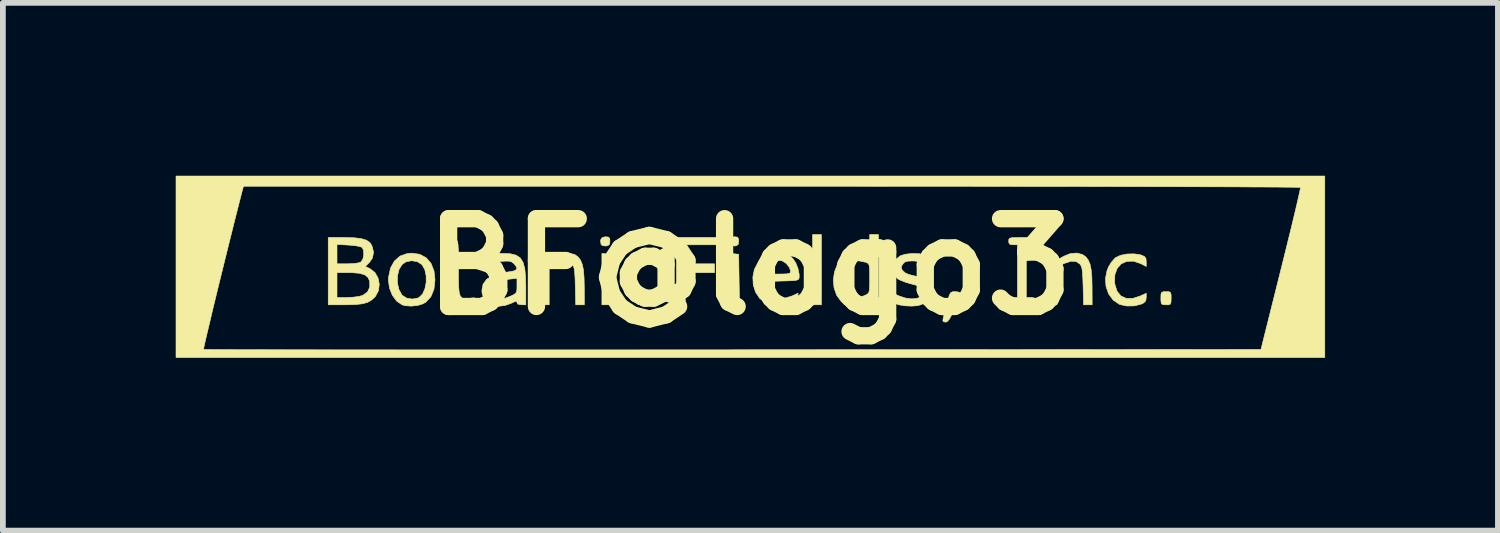
<source format=kicad_pcb>
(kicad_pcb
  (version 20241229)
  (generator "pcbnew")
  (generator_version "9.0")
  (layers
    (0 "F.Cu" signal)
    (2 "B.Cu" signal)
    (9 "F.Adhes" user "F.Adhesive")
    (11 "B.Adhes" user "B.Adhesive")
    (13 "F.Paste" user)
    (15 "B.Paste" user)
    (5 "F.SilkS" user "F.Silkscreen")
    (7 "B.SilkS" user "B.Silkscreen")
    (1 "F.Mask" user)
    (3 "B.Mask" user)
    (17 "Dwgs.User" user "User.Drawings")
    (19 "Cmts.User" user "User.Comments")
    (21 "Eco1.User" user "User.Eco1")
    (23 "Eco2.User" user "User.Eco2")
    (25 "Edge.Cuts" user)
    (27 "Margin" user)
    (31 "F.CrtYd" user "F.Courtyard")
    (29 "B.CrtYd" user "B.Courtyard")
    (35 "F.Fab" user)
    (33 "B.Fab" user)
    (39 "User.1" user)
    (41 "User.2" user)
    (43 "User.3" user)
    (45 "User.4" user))
  (footprint "BF@logo3"
    (layer "F.Cu")
    (at 9.962 1.58)
    (property "Reference" "BF@logo3" (at 0 0 0) (layer "F.SilkS") (effects (font (size 1.524 1.524) (thickness 0.3))))
    (attr through_hole)
    (fp_poly (pts (xy 1.245 0.66) (xy 1.092 0.66) (xy 1.092 -0.559) (xy 1.245 -0.559) (xy 1.245 0.66)) (stroke (width 0.01) (type solid)) (fill yes) (layer "F.SilkS"))
    (fp_poly (pts (xy -2.496 -0.224) (xy -2.426 -0.216) (xy -2.419 0.222) (xy -2.412 0.66) (xy -2.565 0.66) (xy -2.565 -0.232) (xy -2.496 -0.224)) (stroke (width 0.01) (type solid)) (fill yes) (layer "F.SilkS"))
    (fp_poly (pts (xy -0.26 -0.224) (xy -0.191 -0.216) (xy -0.184 0.222) (xy -0.177 0.66) (xy -0.33 0.66) (xy -0.33 -0.232) (xy -0.26 -0.224)) (stroke (width 0.01) (type solid)) (fill yes) (layer "F.SilkS"))
    (fp_poly (pts (xy -0.508 -0.381) (xy -1.118 -0.381) (xy -1.118 -0.051) (xy -0.61 -0.051) (xy -0.61 0.102) (xy -1.118 0.102) (xy -1.118 0.66) (xy -1.27 0.66) (xy -1.27 -0.508) (xy -0.508 -0.508) (xy -0.508 -0.381)) (stroke (width 0.01) (type solid)) (fill yes) (layer "F.SilkS"))
    (fp_poly (pts (xy -2.448 -0.514) (xy -2.428 -0.485) (xy -2.426 -0.445) (xy -2.433 -0.389) (xy -2.466 -0.365) (xy -2.496 -0.36) (xy -2.558 -0.367) (xy -2.58 -0.391) (xy -2.59 -0.462) (xy -2.559 -0.507) (xy -2.502 -0.521) (xy -2.448 -0.514)) (stroke (width 0.01) (type solid)) (fill yes) (layer "F.SilkS"))
    (fp_poly (pts (xy -0.213 -0.514) (xy -0.193 -0.485) (xy -0.191 -0.445) (xy -0.198 -0.389) (xy -0.231 -0.365) (xy -0.26 -0.36) (xy -0.323 -0.367) (xy -0.345 -0.391) (xy -0.355 -0.462) (xy -0.324 -0.507) (xy -0.266 -0.521) (xy -0.213 -0.514)) (stroke (width 0.01) (type solid)) (fill yes) (layer "F.SilkS"))
    (fp_poly (pts (xy 7.281 0.434) (xy 7.307 0.451) (xy 7.315 0.495) (xy 7.315 0.546) (xy 7.313 0.616) (xy 7.3 0.65) (xy 7.266 0.66) (xy 7.226 0.66) (xy 7.172 0.658) (xy 7.146 0.641) (xy 7.138 0.597) (xy 7.137 0.546) (xy 7.139 0.476) (xy 7.152 0.443) (xy 7.187 0.433) (xy 7.226 0.432) (xy 7.281 0.434)) (stroke (width 0.01) (type solid)) (fill yes) (layer "F.SilkS"))
    (fp_poly (pts (xy 3.633 0.44) (xy 3.657 0.463) (xy 3.657 0.464) (xy 3.647 0.499) (xy 3.621 0.57) (xy 3.583 0.663) (xy 3.557 0.724) (xy 3.505 0.838) (xy 3.464 0.912) (xy 3.43 0.95) (xy 3.406 0.961) (xy 3.363 0.954) (xy 3.353 0.935) (xy 3.357 0.9) (xy 3.371 0.838) (xy 3.395 0.743) (xy 3.432 0.608) (xy 3.444 0.565) (xy 3.467 0.488) (xy 3.49 0.449) (xy 3.523 0.434) (xy 3.569 0.432) (xy 3.633 0.44)) (stroke (width 0.01) (type solid)) (fill yes) (layer "F.SilkS"))
    (fp_poly (pts (xy -3.036 -0.212) (xy -2.981 -0.173) (xy -2.938 -0.118) (xy -2.907 -0.046) (xy -2.886 0.051) (xy -2.875 0.182) (xy -2.871 0.353) (xy -2.871 0.375) (xy -2.87 0.66) (xy -3.019 0.66) (xy -3.027 0.333) (xy -3.031 0.193) (xy -3.038 0.095) (xy -3.047 0.029) (xy -3.061 -0.014) (xy -3.081 -0.045) (xy -3.084 -0.048) (xy -3.15 -0.092) (xy -3.236 -0.096) (xy -3.347 -0.06) (xy -3.37 -0.049) (xy -3.48 0.005) (xy -3.48 0.66) (xy -3.633 0.66) (xy -3.619 -0.216) (xy -3.55 -0.224) (xy -3.498 -0.222) (xy -3.481 -0.195) (xy -3.48 -0.179) (xy -3.478 -0.143) (xy -3.464 -0.131) (xy -3.428 -0.145) (xy -3.364 -0.182) (xy -3.251 -0.228) (xy -3.137 -0.238) (xy -3.036 -0.212)) (stroke (width 0.01) (type solid)) (fill yes) (layer "F.SilkS"))
    (fp_poly (pts (xy 5.778 -0.212) (xy 5.833 -0.173) (xy 5.876 -0.118) (xy 5.907 -0.046) (xy 5.927 0.051) (xy 5.939 0.182) (xy 5.943 0.353) (xy 5.943 0.375) (xy 5.944 0.66) (xy 5.795 0.66) (xy 5.787 0.333) (xy 5.782 0.193) (xy 5.776 0.095) (xy 5.767 0.029) (xy 5.753 -0.014) (xy 5.733 -0.045) (xy 5.73 -0.048) (xy 5.664 -0.092) (xy 5.578 -0.096) (xy 5.467 -0.06) (xy 5.444 -0.049) (xy 5.334 0.005) (xy 5.334 0.66) (xy 5.18 0.66) (xy 5.194 -0.216) (xy 5.264 -0.224) (xy 5.316 -0.222) (xy 5.333 -0.195) (xy 5.334 -0.179) (xy 5.336 -0.143) (xy 5.35 -0.131) (xy 5.386 -0.145) (xy 5.45 -0.182) (xy 5.563 -0.228) (xy 5.677 -0.238) (xy 5.778 -0.212)) (stroke (width 0.01) (type solid)) (fill yes) (layer "F.SilkS"))
    (fp_poly (pts (xy -1.58 -0.209) (xy -1.565 -0.204) (xy -1.504 -0.178) (xy -1.478 -0.143) (xy -1.473 -0.09) (xy -1.473 -0.005) (xy -1.567 -0.054) (xy -1.696 -0.097) (xy -1.811 -0.094) (xy -1.907 -0.051) (xy -1.979 0.029) (xy -2.019 0.14) (xy -2.022 0.278) (xy -2.02 0.298) (xy -1.982 0.422) (xy -1.914 0.506) (xy -1.82 0.549) (xy -1.703 0.548) (xy -1.581 0.509) (xy -1.473 0.46) (xy -1.473 0.536) (xy -1.482 0.592) (xy -1.518 0.628) (xy -1.561 0.649) (xy -1.68 0.679) (xy -1.811 0.681) (xy -1.929 0.656) (xy -1.943 0.65) (xy -2.049 0.577) (xy -2.126 0.472) (xy -2.171 0.344) (xy -2.182 0.204) (xy -2.154 0.064) (xy -2.127 0.001) (xy -2.078 -0.078) (xy -2.022 -0.144) (xy -2.001 -0.161) (xy -1.919 -0.199) (xy -1.808 -0.221) (xy -1.688 -0.224) (xy -1.58 -0.209)) (stroke (width 0.01) (type solid)) (fill yes) (layer "F.SilkS"))
    (fp_poly (pts (xy 6.777 -0.209) (xy 6.792 -0.204) (xy 6.853 -0.178) (xy 6.878 -0.143) (xy 6.883 -0.09) (xy 6.883 -0.005) (xy 6.789 -0.054) (xy 6.661 -0.097) (xy 6.546 -0.094) (xy 6.449 -0.051) (xy 6.378 0.029) (xy 6.338 0.14) (xy 6.334 0.278) (xy 6.337 0.298) (xy 6.375 0.422) (xy 6.443 0.506) (xy 6.537 0.549) (xy 6.654 0.548) (xy 6.775 0.509) (xy 6.883 0.46) (xy 6.883 0.536) (xy 6.874 0.592) (xy 6.838 0.628) (xy 6.795 0.649) (xy 6.677 0.679) (xy 6.546 0.681) (xy 6.428 0.656) (xy 6.413 0.65) (xy 6.308 0.577) (xy 6.23 0.472) (xy 6.185 0.344) (xy 6.175 0.204) (xy 6.203 0.064) (xy 6.229 0.001) (xy 6.278 -0.078) (xy 6.335 -0.144) (xy 6.355 -0.161) (xy 6.438 -0.199) (xy 6.549 -0.221) (xy 6.669 -0.224) (xy 6.777 -0.209)) (stroke (width 0.01) (type solid)) (fill yes) (layer "F.SilkS"))
    (fp_poly (pts (xy 4.833 -0.507) (xy 4.9 -0.504) (xy 4.936 -0.495) (xy 4.95 -0.478) (xy 4.953 -0.45) (xy 4.953 -0.445) (xy 4.945 -0.399) (xy 4.91 -0.383) (xy 4.877 -0.381) (xy 4.801 -0.381) (xy 4.801 0.533) (xy 4.877 0.533) (xy 4.931 0.54) (xy 4.951 0.569) (xy 4.953 0.597) (xy 4.951 0.627) (xy 4.939 0.646) (xy 4.907 0.656) (xy 4.846 0.66) (xy 4.745 0.66) (xy 4.724 0.66) (xy 4.616 0.66) (xy 4.549 0.657) (xy 4.513 0.648) (xy 4.499 0.631) (xy 4.496 0.603) (xy 4.496 0.597) (xy 4.504 0.552) (xy 4.539 0.535) (xy 4.572 0.533) (xy 4.648 0.533) (xy 4.648 -0.381) (xy 4.572 -0.381) (xy 4.518 -0.388) (xy 4.498 -0.417) (xy 4.496 -0.445) (xy 4.498 -0.475) (xy 4.51 -0.493) (xy 4.542 -0.503) (xy 4.603 -0.507) (xy 4.704 -0.508) (xy 4.724 -0.508) (xy 4.833 -0.507)) (stroke (width 0.01) (type solid)) (fill yes) (layer "F.SilkS"))
    (fp_poly (pts (xy -5.729 -0.217) (xy -5.614 -0.156) (xy -5.53 -0.057) (xy -5.478 0.077) (xy -5.462 0.229) (xy -5.48 0.39) (xy -5.533 0.52) (xy -5.619 0.613) (xy -5.665 0.641) (xy -5.759 0.671) (xy -5.872 0.683) (xy -5.98 0.676) (xy -6.032 0.661) (xy -6.127 0.597) (xy -6.202 0.495) (xy -6.252 0.37) (xy -6.264 0.28) (xy -6.114 0.28) (xy -6.088 0.396) (xy -6.036 0.489) (xy -6.032 0.494) (xy -5.954 0.544) (xy -5.856 0.561) (xy -5.758 0.542) (xy -5.739 0.533) (xy -5.678 0.474) (xy -5.637 0.382) (xy -5.615 0.271) (xy -5.616 0.155) (xy -5.639 0.048) (xy -5.687 -0.035) (xy -5.689 -0.037) (xy -5.769 -0.089) (xy -5.867 -0.105) (xy -5.964 -0.086) (xy -6.031 -0.042) (xy -6.085 0.044) (xy -6.113 0.157) (xy -6.114 0.28) (xy -6.264 0.28) (xy -6.271 0.232) (xy -6.268 0.181) (xy -6.234 0.023) (xy -6.166 -0.1) (xy -6.068 -0.186) (xy -5.941 -0.23) (xy -5.87 -0.236) (xy -5.729 -0.217)) (stroke (width 0.01) (type solid)) (fill yes) (layer "F.SilkS"))
    (fp_poly (pts (xy -5.137 -0.478) (xy -5.094 -0.468) (xy -5.072 -0.442) (xy -5.062 -0.385) (xy -5.06 -0.35) (xy -5.052 -0.231) (xy -4.907 -0.223) (xy -4.824 -0.217) (xy -4.779 -0.204) (xy -4.759 -0.181) (xy -4.754 -0.159) (xy -4.754 -0.127) (xy -4.77 -0.11) (xy -4.814 -0.103) (xy -4.898 -0.102) (xy -4.9 -0.102) (xy -5.055 -0.102) (xy -5.055 0.189) (xy -5.052 0.336) (xy -5.043 0.44) (xy -5.024 0.506) (xy -4.991 0.542) (xy -4.94 0.554) (xy -4.868 0.548) (xy -4.86 0.547) (xy -4.792 0.539) (xy -4.76 0.545) (xy -4.75 0.572) (xy -4.75 0.592) (xy -4.768 0.648) (xy -4.807 0.67) (xy -4.931 0.684) (xy -5.047 0.663) (xy -5.086 0.646) (xy -5.134 0.614) (xy -5.168 0.574) (xy -5.19 0.516) (xy -5.201 0.431) (xy -5.206 0.31) (xy -5.207 0.215) (xy -5.208 0.088) (xy -5.21 0.003) (xy -5.217 -0.049) (xy -5.229 -0.078) (xy -5.247 -0.091) (xy -5.258 -0.094) (xy -5.3 -0.128) (xy -5.309 -0.168) (xy -5.295 -0.216) (xy -5.258 -0.229) (xy -5.227 -0.235) (xy -5.212 -0.263) (xy -5.207 -0.325) (xy -5.207 -0.357) (xy -5.205 -0.433) (xy -5.196 -0.47) (xy -5.172 -0.48) (xy -5.137 -0.478)) (stroke (width 0.01) (type solid)) (fill yes) (layer "F.SilkS"))
    (fp_poly (pts (xy -6.865 -0.503) (xy -6.74 -0.488) (xy -6.65 -0.46) (xy -6.591 -0.418) (xy -6.557 -0.366) (xy -6.528 -0.253) (xy -6.548 -0.15) (xy -6.599 -0.077) (xy -6.671 -0.005) (xy -6.588 0.035) (xy -6.504 0.1) (xy -6.45 0.195) (xy -6.429 0.304) (xy -6.443 0.415) (xy -6.495 0.513) (xy -6.506 0.526) (xy -6.566 0.58) (xy -6.635 0.619) (xy -6.724 0.643) (xy -6.842 0.656) (xy -6.999 0.66) (xy -7.022 0.66) (xy -7.315 0.66) (xy -7.315 0.102) (xy -7.163 0.102) (xy -7.163 0.533) (xy -6.984 0.533) (xy -6.878 0.528) (xy -6.78 0.514) (xy -6.717 0.497) (xy -6.634 0.438) (xy -6.594 0.353) (xy -6.595 0.253) (xy -6.624 0.186) (xy -6.682 0.14) (xy -6.775 0.113) (xy -6.91 0.102) (xy -6.958 0.102) (xy -7.163 0.102) (xy -7.315 0.102) (xy -7.315 -0.051) (xy -7.163 -0.051) (xy -6.977 -0.051) (xy -6.865 -0.056) (xy -6.782 -0.069) (xy -6.746 -0.084) (xy -6.714 -0.133) (xy -6.699 -0.207) (xy -6.702 -0.282) (xy -6.725 -0.334) (xy -6.763 -0.35) (xy -6.837 -0.364) (xy -6.934 -0.374) (xy -6.959 -0.376) (xy -7.163 -0.388) (xy -7.163 -0.051) (xy -7.315 -0.051) (xy -7.315 -0.508) (xy -7.033 -0.508) (xy -6.865 -0.503)) (stroke (width 0.01) (type solid)) (fill yes) (layer "F.SilkS"))
    (fp_poly (pts (xy 2.235 0.66) (xy 2.159 0.66) (xy 2.1 0.65) (xy 2.083 0.625) (xy 2.073 0.607) (xy 2.039 0.614) (xy 1.989 0.638) (xy 1.899 0.669) (xy 1.8 0.685) (xy 1.783 0.686) (xy 1.702 0.678) (xy 1.639 0.648) (xy 1.588 0.602) (xy 1.508 0.492) (xy 1.464 0.364) (xy 1.456 0.276) (xy 1.612 0.276) (xy 1.631 0.39) (xy 1.67 0.483) (xy 1.682 0.5) (xy 1.74 0.536) (xy 1.827 0.544) (xy 1.931 0.524) (xy 2.013 0.491) (xy 2.045 0.473) (xy 2.065 0.452) (xy 2.076 0.415) (xy 2.081 0.354) (xy 2.083 0.256) (xy 2.083 0.202) (xy 2.082 0.086) (xy 2.079 0.011) (xy 2.071 -0.033) (xy 2.055 -0.058) (xy 2.03 -0.072) (xy 2.018 -0.077) (xy 1.891 -0.103) (xy 1.781 -0.083) (xy 1.694 -0.021) (xy 1.634 0.081) (xy 1.615 0.16) (xy 1.612 0.276) (xy 1.456 0.276) (xy 1.452 0.227) (xy 1.471 0.092) (xy 1.519 -0.032) (xy 1.594 -0.135) (xy 1.694 -0.207) (xy 1.749 -0.227) (xy 1.844 -0.238) (xy 1.949 -0.228) (xy 2.038 -0.201) (xy 2.054 -0.192) (xy 2.07 -0.201) (xy 2.079 -0.252) (xy 2.083 -0.349) (xy 2.083 -0.367) (xy 2.083 -0.559) (xy 2.235 -0.559) (xy 2.235 0.66)) (stroke (width 0.01) (type solid)) (fill yes) (layer "F.SilkS"))
    (fp_poly (pts (xy 0.589 -0.228) (xy 0.703 -0.18) (xy 0.75 -0.141) (xy 0.8 -0.067) (xy 0.839 0.033) (xy 0.859 0.134) (xy 0.859 0.186) (xy 0.853 0.209) (xy 0.838 0.225) (xy 0.805 0.235) (xy 0.746 0.241) (xy 0.652 0.245) (xy 0.527 0.248) (xy 0.405 0.253) (xy 0.305 0.259) (xy 0.234 0.267) (xy 0.204 0.275) (xy 0.203 0.276) (xy 0.211 0.313) (xy 0.23 0.373) (xy 0.231 0.376) (xy 0.286 0.463) (xy 0.375 0.522) (xy 0.487 0.551) (xy 0.612 0.545) (xy 0.722 0.512) (xy 0.841 0.459) (xy 0.833 0.538) (xy 0.818 0.597) (xy 0.776 0.633) (xy 0.737 0.65) (xy 0.587 0.681) (xy 0.431 0.676) (xy 0.289 0.634) (xy 0.278 0.629) (xy 0.175 0.55) (xy 0.102 0.442) (xy 0.062 0.315) (xy 0.055 0.179) (xy 0.069 0.108) (xy 0.203 0.108) (xy 0.227 0.116) (xy 0.29 0.122) (xy 0.383 0.126) (xy 0.457 0.127) (xy 0.573 0.126) (xy 0.647 0.123) (xy 0.689 0.115) (xy 0.707 0.1) (xy 0.711 0.08) (xy 0.69 0.012) (xy 0.637 -0.055) (xy 0.57 -0.1) (xy 0.544 -0.108) (xy 0.432 -0.108) (xy 0.331 -0.069) (xy 0.257 0.002) (xy 0.253 0.008) (xy 0.22 0.066) (xy 0.204 0.104) (xy 0.203 0.108) (xy 0.069 0.108) (xy 0.081 0.047) (xy 0.142 -0.071) (xy 0.216 -0.148) (xy 0.333 -0.212) (xy 0.461 -0.239) (xy 0.589 -0.228)) (stroke (width 0.01) (type solid)) (fill yes) (layer "F.SilkS"))
    (fp_poly (pts (xy 2.942 -0.226) (xy 3.035 -0.209) (xy 3.092 -0.182) (xy 3.116 -0.132) (xy 3.119 -0.106) (xy 3.12 -0.048) (xy 3.101 -0.03) (xy 3.053 -0.047) (xy 3.023 -0.064) (xy 2.96 -0.085) (xy 2.872 -0.099) (xy 2.827 -0.101) (xy 2.742 -0.097) (xy 2.691 -0.081) (xy 2.657 -0.047) (xy 2.656 -0.046) (xy 2.631 0.003) (xy 2.641 0.045) (xy 2.651 0.062) (xy 2.701 0.107) (xy 2.759 0.133) (xy 2.833 0.152) (xy 2.921 0.173) (xy 2.935 0.177) (xy 3.048 0.22) (xy 3.117 0.285) (xy 3.148 0.377) (xy 3.15 0.416) (xy 3.134 0.513) (xy 3.081 0.59) (xy 2.984 0.655) (xy 2.98 0.657) (xy 2.909 0.676) (xy 2.809 0.683) (xy 2.699 0.678) (xy 2.597 0.662) (xy 2.565 0.653) (xy 2.503 0.623) (xy 2.476 0.581) (xy 2.469 0.54) (xy 2.466 0.484) (xy 2.471 0.457) (xy 2.472 0.457) (xy 2.5 0.467) (xy 2.558 0.491) (xy 2.594 0.507) (xy 2.703 0.543) (xy 2.813 0.557) (xy 2.907 0.548) (xy 2.956 0.526) (xy 2.992 0.47) (xy 2.993 0.418) (xy 2.985 0.378) (xy 2.964 0.351) (xy 2.92 0.33) (xy 2.84 0.307) (xy 2.807 0.299) (xy 2.708 0.27) (xy 2.622 0.237) (xy 2.567 0.208) (xy 2.504 0.134) (xy 2.481 0.043) (xy 2.496 -0.052) (xy 2.546 -0.136) (xy 2.616 -0.191) (xy 2.704 -0.218) (xy 2.82 -0.23) (xy 2.942 -0.226)) (stroke (width 0.01) (type solid)) (fill yes) (layer "F.SilkS"))
    (fp_poly (pts (xy -4.149 -0.225) (xy -4.052 -0.2) (xy -3.981 -0.152) (xy -3.933 -0.076) (xy -3.903 0.035) (xy -3.889 0.186) (xy -3.886 0.342) (xy -3.886 0.66) (xy -3.962 0.66) (xy -4.023 0.649) (xy -4.039 0.622) (xy -4.046 0.601) (xy -4.074 0.604) (xy -4.134 0.632) (xy -4.139 0.634) (xy -4.243 0.671) (xy -4.354 0.686) (xy -4.358 0.686) (xy -4.44 0.68) (xy -4.5 0.653) (xy -4.562 0.599) (xy -4.619 0.532) (xy -4.644 0.467) (xy -4.648 0.412) (xy -4.642 0.381) (xy -4.485 0.381) (xy -4.482 0.453) (xy -4.446 0.512) (xy -4.412 0.533) (xy -4.33 0.554) (xy -4.245 0.546) (xy -4.147 0.509) (xy -4.083 0.477) (xy -4.051 0.446) (xy -4.04 0.398) (xy -4.039 0.33) (xy -4.039 0.201) (xy -4.197 0.218) (xy -4.289 0.231) (xy -4.364 0.246) (xy -4.4 0.258) (xy -4.458 0.31) (xy -4.485 0.381) (xy -4.642 0.381) (xy -4.628 0.304) (xy -4.565 0.217) (xy -4.46 0.152) (xy -4.309 0.107) (xy -4.185 0.089) (xy -4.091 0.072) (xy -4.045 0.046) (xy -4.044 0.007) (xy -4.087 -0.049) (xy -4.092 -0.054) (xy -4.13 -0.083) (xy -4.175 -0.097) (xy -4.245 -0.098) (xy -4.302 -0.094) (xy -4.395 -0.084) (xy -4.476 -0.072) (xy -4.515 -0.063) (xy -4.555 -0.056) (xy -4.57 -0.081) (xy -4.572 -0.121) (xy -4.564 -0.17) (xy -4.534 -0.202) (xy -4.476 -0.221) (xy -4.381 -0.23) (xy -4.277 -0.232) (xy -4.149 -0.225)) (stroke (width 0.01) (type solid)) (fill yes) (layer "F.SilkS"))
    (fp_poly (pts (xy 9.982 1.575) (xy -9.957 1.575) (xy -9.957 1.434) (xy -9.479 1.434) (xy -9.453 1.435) (xy -9.378 1.436) (xy -9.256 1.437) (xy -9.088 1.438) (xy -8.877 1.439) (xy -8.623 1.439) (xy -8.33 1.44) (xy -7.999 1.441) (xy -7.631 1.441) (xy -7.228 1.442) (xy -6.793 1.442) (xy -6.326 1.442) (xy -5.83 1.443) (xy -5.307 1.443) (xy -4.758 1.443) (xy -4.185 1.443) (xy -3.59 1.443) (xy -2.974 1.443) (xy -2.341 1.443) (xy -1.69 1.442) (xy -1.024 1.442) (xy -0.346 1.442) (xy -0.296 1.441) (xy 8.874 1.435) (xy 9.223 0.039) (xy 9.287 -0.219) (xy 9.347 -0.462) (xy 9.402 -0.686) (xy 9.45 -0.886) (xy 9.491 -1.058) (xy 9.523 -1.198) (xy 9.546 -1.3) (xy 9.558 -1.361) (xy 9.56 -1.377) (xy 9.534 -1.378) (xy 9.459 -1.38) (xy 9.336 -1.381) (xy 9.169 -1.383) (xy 8.958 -1.384) (xy 8.704 -1.385) (xy 8.411 -1.387) (xy 8.08 -1.388) (xy 7.712 -1.389) (xy 7.309 -1.39) (xy 6.874 -1.391) (xy 6.408 -1.392) (xy 5.912 -1.393) (xy 5.389 -1.394) (xy 4.84 -1.394) (xy 4.267 -1.395) (xy 3.672 -1.396) (xy 3.057 -1.396) (xy 2.423 -1.396) (xy 1.772 -1.397) (xy 1.107 -1.397) (xy 0.428 -1.397) (xy -8.786 -1.397) (xy -8.812 -1.302) (xy -8.847 -1.166) (xy -8.889 -1) (xy -8.937 -0.811) (xy -8.989 -0.603) (xy -9.044 -0.382) (xy -9.101 -0.152) (xy -9.158 0.08) (xy -9.215 0.311) (xy -9.269 0.533) (xy -9.32 0.743) (xy -9.365 0.934) (xy -9.405 1.102) (xy -9.438 1.241) (xy -9.462 1.346) (xy -9.476 1.413) (xy -9.479 1.434) (xy -9.957 1.434) (xy -9.957 -1.575) (xy 9.982 -1.575) (xy 9.982 1.575)) (stroke (width 0.01) (type solid)) (fill yes) (layer "F.SilkS")))
  (gr_rect
    (start -3 -3)
    (end 22.949 6.16)
    (stroke (width 0.1) (type default))
    (fill no)
    (layer "Edge.Cuts")))
</source>
